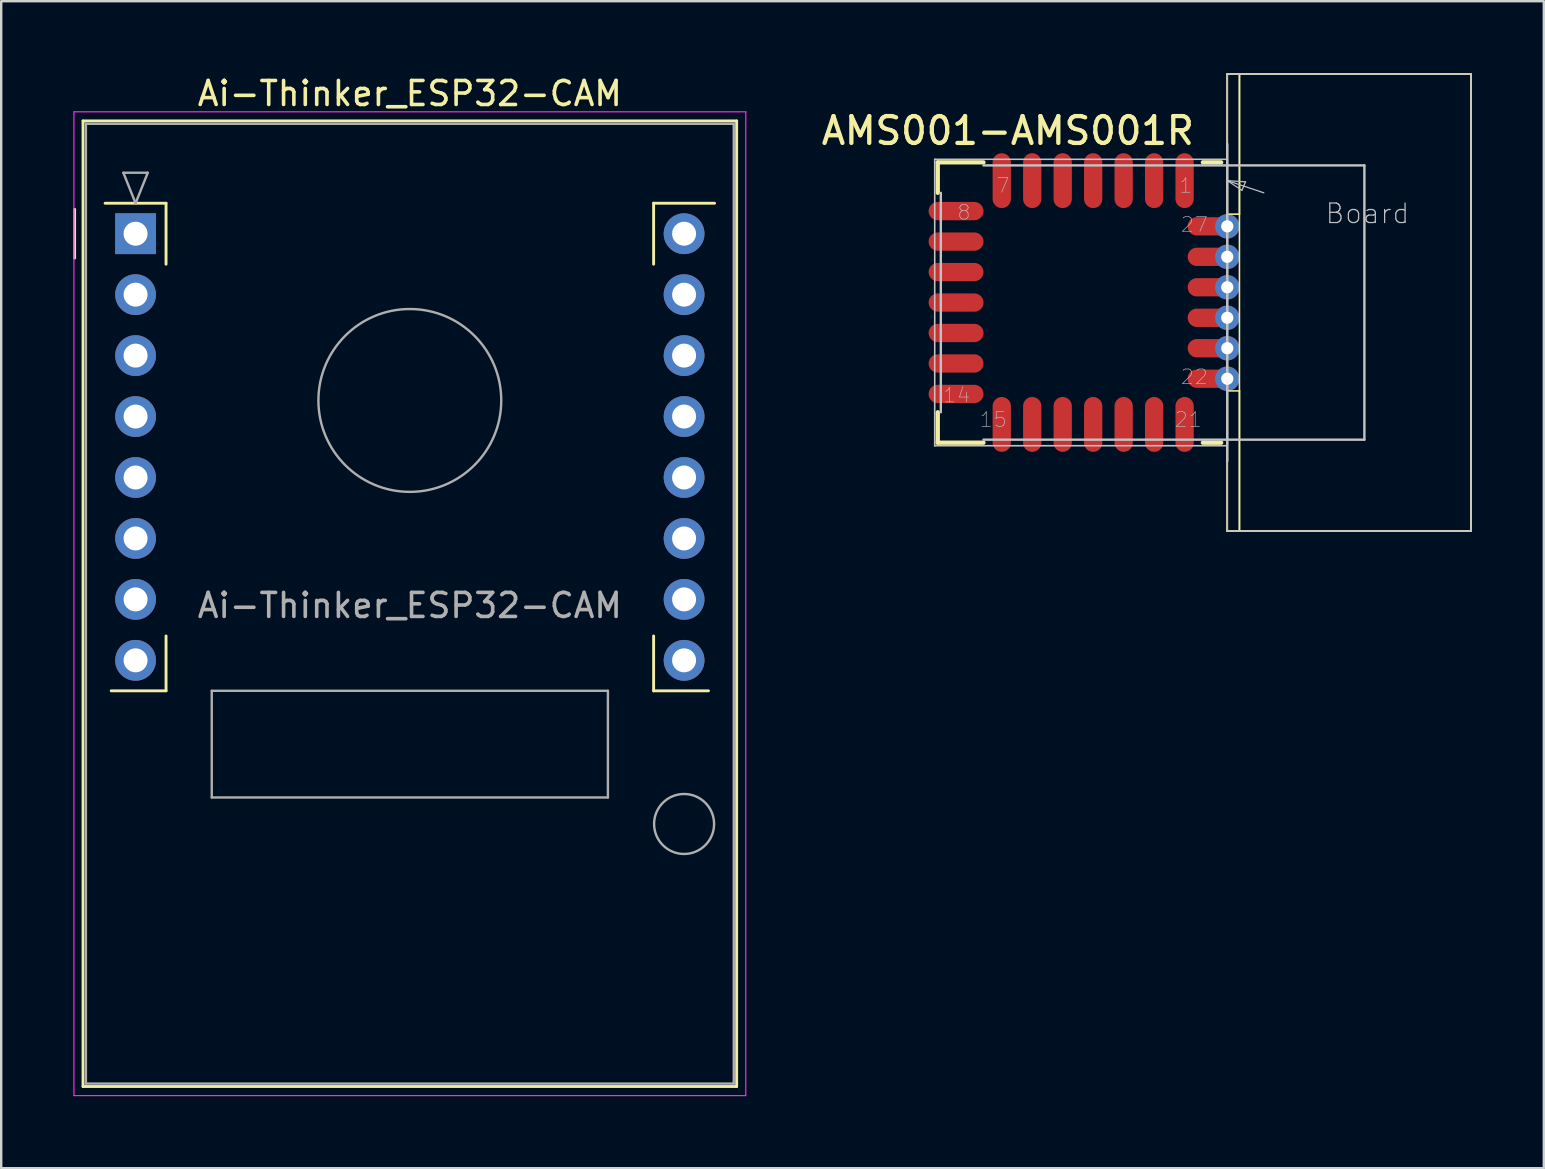
<source format=kicad_pcb>
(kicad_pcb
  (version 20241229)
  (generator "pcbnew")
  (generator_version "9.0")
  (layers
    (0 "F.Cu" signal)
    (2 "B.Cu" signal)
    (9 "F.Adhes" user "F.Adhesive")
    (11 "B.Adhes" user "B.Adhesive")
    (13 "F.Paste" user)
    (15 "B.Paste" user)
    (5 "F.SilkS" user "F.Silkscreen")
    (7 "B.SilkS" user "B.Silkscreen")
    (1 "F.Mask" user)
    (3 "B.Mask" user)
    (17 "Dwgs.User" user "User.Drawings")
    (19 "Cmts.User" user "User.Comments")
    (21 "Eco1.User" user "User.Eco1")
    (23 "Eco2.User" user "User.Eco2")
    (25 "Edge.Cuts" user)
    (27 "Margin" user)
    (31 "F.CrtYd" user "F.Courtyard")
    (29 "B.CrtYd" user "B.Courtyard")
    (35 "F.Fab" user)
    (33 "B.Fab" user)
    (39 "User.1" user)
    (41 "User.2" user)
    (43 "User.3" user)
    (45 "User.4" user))
  (footprint "Ai-Thinker_ESP32-CAM"
    (layer "F.Cu")
    (at 2.6 6.69)
    (property "Reference" "Ai-Thinker_ESP32-CAM" (at 11.43 -5.842 0) (layer "F.SilkS") (effects (font (size 1 1) (thickness 0.15))))
    (attr through_hole)
    (fp_line (start -2.54 -1.016) (end -2.54 1.016) (stroke (width 0.12) (type solid)) (layer "F.SilkS"))
    (fp_line (start -2.19 -4.7) (end -2.19 35.54) (stroke (width 0.12) (type solid)) (layer "F.SilkS"))
    (fp_line (start -2.19 35.54) (end 25.05 35.54) (stroke (width 0.12) (type solid)) (layer "F.SilkS"))
    (fp_line (start -1.016 19.05) (end 1.27 19.05) (stroke (width 0.12) (type solid)) (layer "F.SilkS"))
    (fp_line (start 1.27 -1.27) (end -1.27 -1.27) (stroke (width 0.12) (type solid)) (layer "F.SilkS"))
    (fp_line (start 1.27 1.27) (end 1.27 -1.27) (stroke (width 0.12) (type solid)) (layer "F.SilkS"))
    (fp_line (start 1.27 19.05) (end 1.27 16.764) (stroke (width 0.12) (type solid)) (layer "F.SilkS"))
    (fp_line (start 21.59 -1.27) (end 24.13 -1.27) (stroke (width 0.12) (type solid)) (layer "F.SilkS"))
    (fp_line (start 21.59 1.27) (end 21.59 -1.27) (stroke (width 0.12) (type solid)) (layer "F.SilkS"))
    (fp_line (start 21.59 19.05) (end 21.59 16.764) (stroke (width 0.12) (type solid)) (layer "F.SilkS"))
    (fp_line (start 23.876 19.05) (end 21.59 19.05) (stroke (width 0.12) (type solid)) (layer "F.SilkS"))
    (fp_line (start 25.05 -4.7) (end -2.19 -4.7) (stroke (width 0.12) (type solid)) (layer "F.SilkS"))
    (fp_line (start 25.05 35.54) (end 25.05 -4.7) (stroke (width 0.12) (type solid)) (layer "F.SilkS"))
    (fp_line (start -2.57 -5.08) (end -2.57 35.92) (stroke (width 0.05) (type solid)) (layer "F.CrtYd"))
    (fp_line (start -2.57 35.92) (end 25.43 35.92) (stroke (width 0.05) (type solid)) (layer "F.CrtYd"))
    (fp_line (start 25.43 -5.08) (end -2.57 -5.08) (stroke (width 0.05) (type solid)) (layer "F.CrtYd"))
    (fp_line (start 25.43 35.92) (end 25.43 -5.08) (stroke (width 0.05) (type solid)) (layer "F.CrtYd"))
    (fp_line (start -2.07 -4.58) (end -2.07 35.42) (stroke (width 0.1) (type solid)) (layer "F.Fab"))
    (fp_line (start -2.07 35.42) (end 24.93 35.42) (stroke (width 0.1) (type solid)) (layer "F.Fab"))
    (fp_line (start -0.508 -2.54) (end 0.508 -2.54) (stroke (width 0.1) (type solid)) (layer "F.Fab"))
    (fp_line (start 0 -1.27) (end -0.508 -2.54) (stroke (width 0.1) (type solid)) (layer "F.Fab"))
    (fp_line (start 0 -1.27) (end 0.508 -2.54) (stroke (width 0.1) (type solid)) (layer "F.Fab"))
    (fp_line (start 3.175 19.05) (end 19.685 19.05) (stroke (width 0.1) (type solid)) (layer "F.Fab"))
    (fp_line (start 3.175 23.495) (end 3.175 19.05) (stroke (width 0.1) (type solid)) (layer "F.Fab"))
    (fp_line (start 19.685 19.05) (end 19.685 23.495) (stroke (width 0.1) (type solid)) (layer "F.Fab"))
    (fp_line (start 19.685 23.495) (end 3.175 23.495) (stroke (width 0.1) (type solid)) (layer "F.Fab"))
    (fp_line (start 24.93 -4.58) (end -2.07 -4.58) (stroke (width 0.1) (type solid)) (layer "F.Fab"))
    (fp_line (start 24.93 35.42) (end 24.93 -4.58) (stroke (width 0.1) (type solid)) (layer "F.Fab"))
    (fp_circle (center 11.43 6.949) (end 15.24 6.949) (stroke (width 0.1) (type solid)) (fill no) (layer "F.Fab"))
    (fp_circle (center 22.86 24.6) (end 24.11 24.6) (stroke (width 0.1) (type solid)) (fill no) (layer "F.Fab"))
    (fp_text user "${REFERENCE}" (at 11.43 15.494 0) (layer "F.Fab") (effects (font (size 1 1) (thickness 0.15))))
    (pad "1" thru_hole rect (at 0 0) (size 1.7 1.7) (drill 1) (layers "*.Cu" "*.Mask"))
    (pad "2" thru_hole circle (at 0 2.54) (size 1.7 1.7) (drill 1) (layers "*.Cu" "*.Mask"))
    (pad "3" thru_hole circle (at 0 5.08) (size 1.7 1.7) (drill 1) (layers "*.Cu" "*.Mask"))
    (pad "4" thru_hole circle (at 0 7.62) (size 1.7 1.7) (drill 1) (layers "*.Cu" "*.Mask"))
    (pad "5" thru_hole circle (at 0 10.16) (size 1.7 1.7) (drill 1) (layers "*.Cu" "*.Mask"))
    (pad "6" thru_hole circle (at 0 12.7) (size 1.7 1.7) (drill 1) (layers "*.Cu" "*.Mask"))
    (pad "7" thru_hole circle (at 0 15.24) (size 1.7 1.7) (drill 1) (layers "*.Cu" "*.Mask"))
    (pad "8" thru_hole circle (at 0 17.78) (size 1.7 1.7) (drill 1) (layers "*.Cu" "*.Mask"))
    (pad "9" thru_hole circle (at 22.86 17.78) (size 1.7 1.7) (drill 1) (layers "*.Cu" "*.Mask"))
    (pad "10" thru_hole circle (at 22.86 15.24) (size 1.7 1.7) (drill 1) (layers "*.Cu" "*.Mask"))
    (pad "11" thru_hole circle (at 22.86 12.7) (size 1.7 1.7) (drill 1) (layers "*.Cu" "*.Mask"))
    (pad "12" thru_hole circle (at 22.86 10.16) (size 1.7 1.7) (drill 1) (layers "*.Cu" "*.Mask"))
    (pad "13" thru_hole circle (at 22.86 7.62) (size 1.7 1.7) (drill 1) (layers "*.Cu" "*.Mask"))
    (pad "14" thru_hole circle (at 22.86 5.08) (size 1.7 1.7) (drill 1) (layers "*.Cu" "*.Mask"))
    (pad "15" thru_hole circle (at 22.86 2.54) (size 1.7 1.7) (drill 1) (layers "*.Cu" "*.Mask"))
    (pad "16" thru_hole circle (at 22.86 0) (size 1.7 1.7) (drill 1) (layers "*.Cu" "*.Mask")))
  (footprint "AMS001-AMS001R"
    (layer "F.Cu")
    (at 42.509 9.558)
    (property "Reference" "AMS001-AMS001R" (at -3.556 -7.16 0) (layer "F.SilkS") (effects (font (size 1.118 1.118) (thickness 0.178))))
    (attr smd)
    (fp_line (start -6.477 -5.842) (end -6.477 -4.572) (stroke (width 0.178) (type solid)) (layer "F.SilkS"))
    (fp_line (start -6.477 -5.842) (end -4.572 -5.842) (stroke (width 0.178) (type solid)) (layer "F.SilkS"))
    (fp_line (start -6.477 5.842) (end -6.477 4.572) (stroke (width 0.178) (type solid)) (layer "F.SilkS"))
    (fp_line (start -6.477 5.842) (end -4.572 5.842) (stroke (width 0.178) (type solid)) (layer "F.SilkS"))
    (fp_line (start 4.572 -5.842) (end 5.334 -5.842) (stroke (width 0.178) (type solid)) (layer "F.SilkS"))
    (fp_line (start 4.572 5.842) (end 5.334 5.842) (stroke (width 0.178) (type solid)) (layer "F.SilkS"))
    (fp_line (start 5.588 -9.525) (end 6.096 -9.525) (stroke (width 0.066) (type solid)) (layer "F.SilkS"))
    (fp_line (start 5.588 -9.525) (end 15.748 -9.525) (stroke (width 0.066) (type solid)) (layer "F.SilkS"))
    (fp_line (start 5.588 -3.683) (end 5.588 -9.525) (stroke (width 0.066) (type solid)) (layer "F.SilkS"))
    (fp_line (start 5.588 -3.683) (end 6.096 -3.683) (stroke (width 0.066) (type solid)) (layer "F.SilkS"))
    (fp_line (start 5.588 3.683) (end 6.096 3.683) (stroke (width 0.066) (type solid)) (layer "F.SilkS"))
    (fp_line (start 5.588 9.525) (end 5.588 -9.525) (stroke (width 0.066) (type solid)) (layer "F.SilkS"))
    (fp_line (start 5.588 9.525) (end 5.588 3.683) (stroke (width 0.066) (type solid)) (layer "F.SilkS"))
    (fp_line (start 5.588 9.525) (end 6.096 9.525) (stroke (width 0.066) (type solid)) (layer "F.SilkS"))
    (fp_line (start 5.588 9.525) (end 15.748 9.525) (stroke (width 0.066) (type solid)) (layer "F.SilkS"))
    (fp_line (start 6.096 -9.525) (end 15.748 -9.525) (stroke (width 0.066) (type solid)) (layer "F.SilkS"))
    (fp_line (start 6.096 -3.683) (end 6.096 -9.525) (stroke (width 0.066) (type solid)) (layer "F.SilkS"))
    (fp_line (start 6.096 9.525) (end 6.096 -9.525) (stroke (width 0.066) (type solid)) (layer "F.SilkS"))
    (fp_line (start 6.096 9.525) (end 6.096 3.683) (stroke (width 0.066) (type solid)) (layer "F.SilkS"))
    (fp_line (start 6.096 9.525) (end 15.748 9.525) (stroke (width 0.066) (type solid)) (layer "F.SilkS"))
    (fp_line (start 15.748 9.525) (end 15.748 -9.525) (stroke (width 0.066) (type solid)) (layer "F.SilkS"))
    (fp_line (start 15.748 9.525) (end 15.748 -9.525) (stroke (width 0.066) (type solid)) (layer "F.SilkS"))
    (fp_line (start -6.604 -5.969) (end 5.588 -5.969) (stroke (width 0.066) (type solid)) (layer "Dwgs.User"))
    (fp_line (start -6.604 5.969) (end -6.604 -5.969) (stroke (width 0.066) (type solid)) (layer "Dwgs.User"))
    (fp_line (start -6.604 5.969) (end 5.588 5.969) (stroke (width 0.066) (type solid)) (layer "Dwgs.User"))
    (fp_line (start -6.35 4.572) (end -6.35 -4.572) (stroke (width 0.1) (type solid)) (layer "Dwgs.User"))
    (fp_line (start -4.572 5.715) (end 11.303 5.715) (stroke (width 0.1) (type solid)) (layer "Dwgs.User"))
    (fp_line (start 5.588 -9.525) (end 15.748 -9.525) (stroke (width 0.066) (type solid)) (layer "Dwgs.User"))
    (fp_line (start 5.588 -6.604) (end 5.588 -5.08) (stroke (width 0.1) (type solid)) (layer "Dwgs.User"))
    (fp_line (start 5.588 -5.08) (end 5.588 6.604) (stroke (width 0.1) (type solid)) (layer "Dwgs.User"))
    (fp_line (start 5.588 -5.08) (end 6.35 -5.029) (stroke (width 0.051) (type solid)) (layer "Dwgs.User"))
    (fp_line (start 5.588 5.969) (end 5.588 -5.969) (stroke (width 0.066) (type solid)) (layer "Dwgs.User"))
    (fp_line (start 5.588 9.525) (end 5.588 -9.525) (stroke (width 0.066) (type solid)) (layer "Dwgs.User"))
    (fp_line (start 5.588 9.525) (end 15.748 9.525) (stroke (width 0.066) (type solid)) (layer "Dwgs.User"))
    (fp_line (start 6.198 -4.674) (end 5.588 -5.08) (stroke (width 0.051) (type solid)) (layer "Dwgs.User"))
    (fp_line (start 6.35 -5.029) (end 6.198 -4.674) (stroke (width 0.051) (type solid)) (layer "Dwgs.User"))
    (fp_line (start 7.112 -4.572) (end 5.588 -5.08) (stroke (width 0.051) (type solid)) (layer "Dwgs.User"))
    (fp_line (start 11.303 -5.715) (end -4.572 -5.715) (stroke (width 0.1) (type solid)) (layer "Dwgs.User"))
    (fp_line (start 11.303 5.715) (end 11.303 -5.715) (stroke (width 0.1) (type solid)) (layer "Dwgs.User"))
    (fp_line (start 15.748 9.525) (end 15.748 -9.525) (stroke (width 0.066) (type solid)) (layer "Dwgs.User"))
    (fp_text user "15" (at -4.166 4.877 180) (layer "Dwgs.User") (effects (font (size 0.61 0.61) (thickness 0.025))))
    (fp_text user "14" (at -5.69 3.861 180) (layer "Dwgs.User") (effects (font (size 0.61 0.61) (thickness 0.025))))
    (fp_text user "7" (at -3.759 -4.877 0) (layer "Dwgs.User") (effects (font (size 0.61 0.61) (thickness 0.025))))
    (fp_text user "8" (at -5.385 -3.759 180) (layer "Dwgs.User") (effects (font (size 0.61 0.61) (thickness 0.025))))
    (fp_text user "27" (at 4.216 -3.251 180) (layer "Dwgs.User") (effects (font (size 0.61 0.61) (thickness 0.025))))
    (fp_text user "Board\n" (at 11.43 -3.708 0) (layer "Dwgs.User") (effects (font (size 0.813 0.813) (thickness 0.051))))
    (fp_text user "1" (at 3.861 -4.877 0) (layer "Dwgs.User") (effects (font (size 0.61 0.61) (thickness 0.025))))
    (fp_text user "22" (at 4.216 3.099 180) (layer "Dwgs.User") (effects (font (size 0.61 0.61) (thickness 0.025))))
    (fp_text user "21" (at 3.962 4.877 180) (layer "Dwgs.User") (effects (font (size 0.61 0.61) (thickness 0.025))))
    (pad "1" smd oval (at 3.81 -5.08) (size 0.762 2.286) (layers "F.Cu" "F.Mask" "F.Paste"))
    (pad "2" smd oval (at 2.54 -5.08) (size 0.762 2.286) (layers "F.Cu" "F.Mask" "F.Paste"))
    (pad "3" smd oval (at 1.27 -5.08) (size 0.762 2.286) (layers "F.Cu" "F.Mask" "F.Paste"))
    (pad "4" smd oval (at 0 -5.08) (size 0.762 2.286) (layers "F.Cu" "F.Mask" "F.Paste"))
    (pad "5" smd oval (at -1.27 -5.08) (size 0.762 2.286) (layers "F.Cu" "F.Mask" "F.Paste"))
    (pad "6" smd oval (at -2.54 -5.08) (size 0.762 2.286) (layers "F.Cu" "F.Mask" "F.Paste"))
    (pad "7" smd oval (at -3.81 -5.08) (size 0.762 2.286) (layers "F.Cu" "F.Mask" "F.Paste"))
    (pad "8" smd oval (at -5.715 -3.81 90) (size 0.762 2.286) (layers "F.Cu" "F.Mask" "F.Paste"))
    (pad "9" smd oval (at -5.715 -2.54 90) (size 0.762 2.286) (layers "F.Cu" "F.Mask" "F.Paste"))
    (pad "10" smd oval (at -5.715 -1.27 90) (size 0.762 2.286) (layers "F.Cu" "F.Mask" "F.Paste"))
    (pad "11" smd oval (at -5.715 0 90) (size 0.762 2.286) (layers "F.Cu" "F.Mask" "F.Paste"))
    (pad "12" smd oval (at -5.715 1.27 90) (size 0.762 2.286) (layers "F.Cu" "F.Mask" "F.Paste"))
    (pad "13" smd oval (at -5.715 2.54 90) (size 0.762 2.286) (layers "F.Cu" "F.Mask" "F.Paste"))
    (pad "14" smd oval (at -5.715 3.81 90) (size 0.762 2.286) (layers "F.Cu" "F.Mask" "F.Paste"))
    (pad "15" smd oval (at -3.81 5.08 180) (size 0.762 2.286) (layers "F.Cu" "F.Mask" "F.Paste"))
    (pad "16" smd oval (at -2.54 5.08 180) (size 0.762 2.286) (layers "F.Cu" "F.Mask" "F.Paste"))
    (pad "17" smd oval (at -1.27 5.08 180) (size 0.762 2.286) (layers "F.Cu" "F.Mask" "F.Paste"))
    (pad "18" smd oval (at 0 5.08 180) (size 0.762 2.286) (layers "F.Cu" "F.Mask" "F.Paste"))
    (pad "19" smd oval (at 1.27 5.08 180) (size 0.762 2.286) (layers "F.Cu" "F.Mask" "F.Paste"))
    (pad "20" smd oval (at 2.54 5.08 180) (size 0.762 2.286) (layers "F.Cu" "F.Mask" "F.Paste"))
    (pad "21" smd oval (at 3.81 5.08 180) (size 0.762 2.286) (layers "F.Cu" "F.Mask" "F.Paste"))
    (pad "22" smd oval (at 4.953 3.175 270) (size 0.762 2.032) (layers "F.Cu" "F.Mask" "F.Paste"))
    (pad "22V" thru_hole circle (at 5.588 3.175 270) (size 1.016 1.016) (drill 0.508) (layers "*.Cu" "*.Paste" "*.Mask"))
    (pad "23" smd oval (at 4.953 1.905 270) (size 0.762 2.032) (layers "F.Cu" "F.Mask" "F.Paste"))
    (pad "23V" thru_hole circle (at 5.588 1.905 270) (size 1.016 1.016) (drill 0.508) (layers "*.Cu" "*.Paste" "*.Mask"))
    (pad "24" smd oval (at 4.953 0.635 270) (size 0.762 2.032) (layers "F.Cu" "F.Mask" "F.Paste"))
    (pad "24V" thru_hole circle (at 5.588 0.635 270) (size 1.016 1.016) (drill 0.508) (layers "*.Cu" "*.Paste" "*.Mask"))
    (pad "25" smd oval (at 4.953 -0.635 270) (size 0.762 2.032) (layers "F.Cu" "F.Mask" "F.Paste"))
    (pad "25V" thru_hole circle (at 5.588 -0.635 270) (size 1.016 1.016) (drill 0.508) (layers "*.Cu" "*.Paste" "*.Mask"))
    (pad "26" smd oval (at 4.953 -1.905 270) (size 0.762 2.032) (layers "F.Cu" "F.Mask" "F.Paste"))
    (pad "26V" thru_hole circle (at 5.588 -1.905 270) (size 1.016 1.016) (drill 0.508) (layers "*.Cu" "*.Paste" "*.Mask"))
    (pad "27" smd oval (at 4.953 -3.175 270) (size 0.762 2.032) (layers "F.Cu" "F.Mask" "F.Paste"))
    (pad "27V" thru_hole circle (at 5.588 -3.175 270) (size 1.016 1.016) (drill 0.508) (layers "*.Cu" "*.Paste" "*.Mask")))
  (gr_rect
    (start -3 -3)
    (end 61.29 45.635)
    (stroke (width 0.1) (type default))
    (fill no)
    (layer "Edge.Cuts")))
</source>
